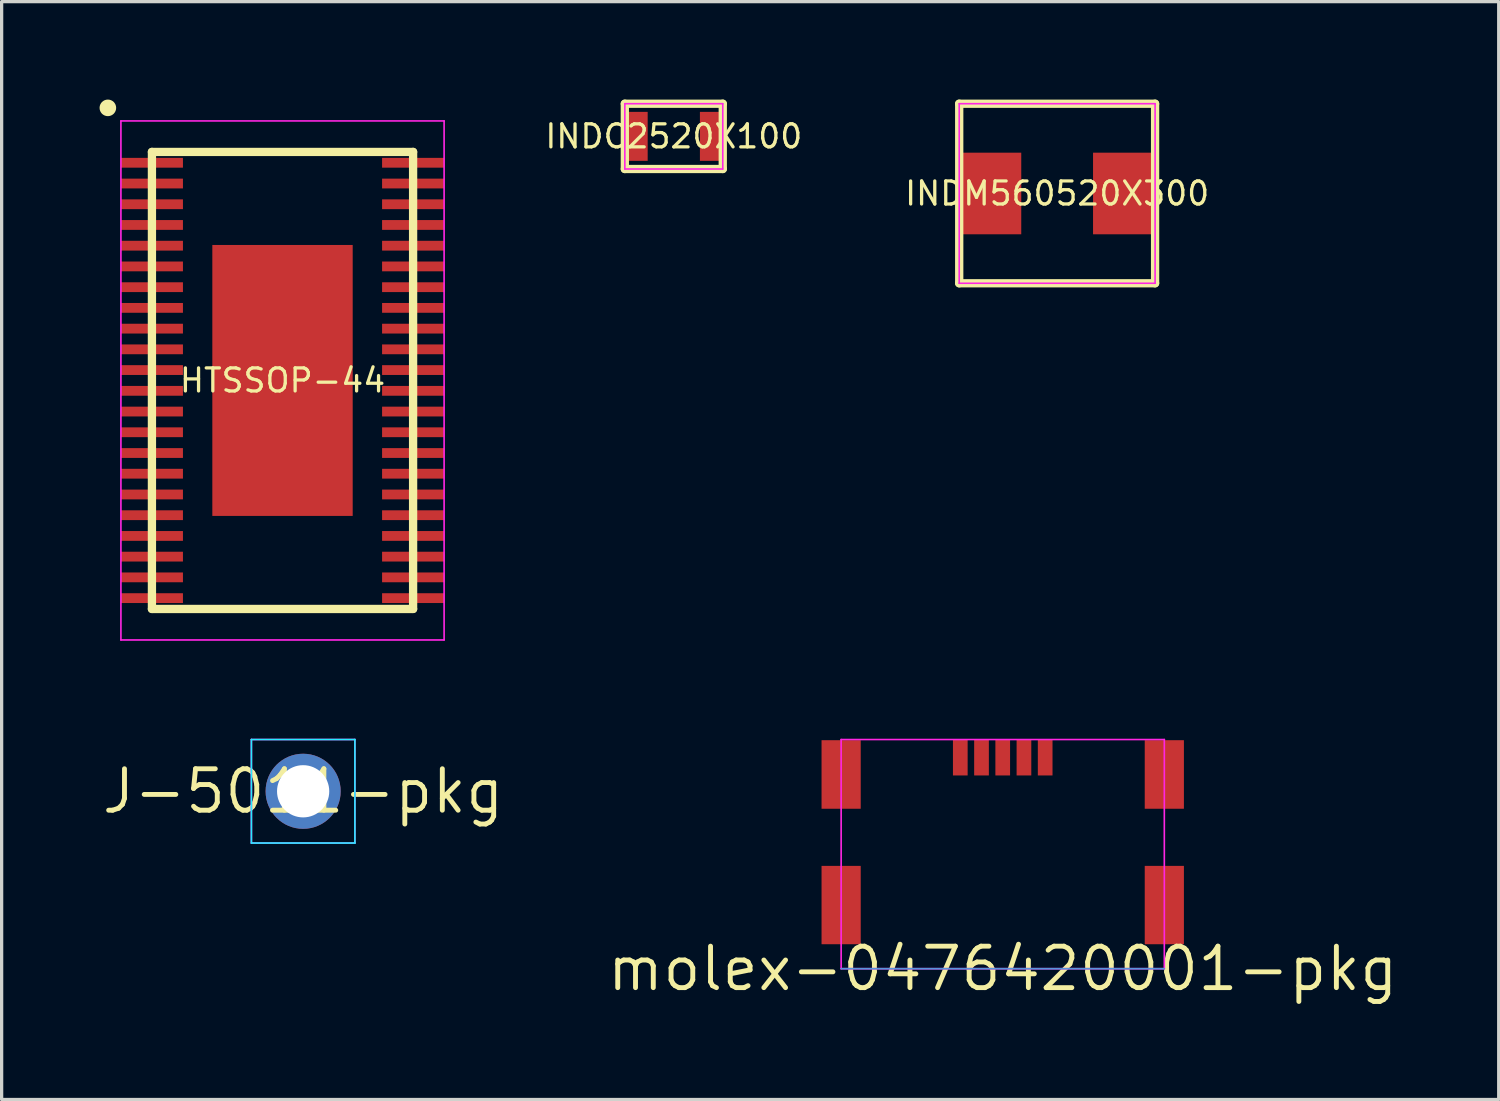
<source format=kicad_pcb>
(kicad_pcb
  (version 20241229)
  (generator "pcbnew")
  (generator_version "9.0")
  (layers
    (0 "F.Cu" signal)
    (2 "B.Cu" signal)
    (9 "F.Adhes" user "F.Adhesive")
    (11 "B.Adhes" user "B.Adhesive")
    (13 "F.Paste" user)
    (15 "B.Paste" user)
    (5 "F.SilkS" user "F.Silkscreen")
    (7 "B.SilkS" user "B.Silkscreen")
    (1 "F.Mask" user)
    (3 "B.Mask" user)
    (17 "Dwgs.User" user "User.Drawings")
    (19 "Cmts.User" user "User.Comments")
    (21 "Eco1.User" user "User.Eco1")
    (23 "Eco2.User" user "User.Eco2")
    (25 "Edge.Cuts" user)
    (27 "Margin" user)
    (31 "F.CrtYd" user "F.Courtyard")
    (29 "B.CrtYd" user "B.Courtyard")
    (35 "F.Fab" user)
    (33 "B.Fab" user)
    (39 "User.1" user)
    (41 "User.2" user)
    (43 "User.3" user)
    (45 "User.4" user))
  (footprint "INDM560520X300"
    (layer "F.Cu")
    (at 29.333 2.877)
    (property "Reference" "INDM560520X300" (at 0 0 0) (layer "F.SilkS") (effects (font (size 0.706 0.706) (thickness 0.1))))
    (attr through_hole)
    (fp_line (start -3 -2.75) (end -3 2.75) (stroke (width 0.254) (type solid)) (layer "F.SilkS"))
    (fp_line (start -3 2.75) (end 3 2.75) (stroke (width 0.254) (type solid)) (layer "F.SilkS"))
    (fp_line (start 3 -2.75) (end -3 -2.75) (stroke (width 0.254) (type solid)) (layer "F.SilkS"))
    (fp_line (start 3 2.75) (end 3 -2.75) (stroke (width 0.254) (type solid)) (layer "F.SilkS"))
    (fp_line (start -3 -2.75) (end -3 2.75) (stroke (width 0.05) (type solid)) (layer "F.CrtYd"))
    (fp_line (start -3 2.75) (end 3 2.75) (stroke (width 0.05) (type solid)) (layer "F.CrtYd"))
    (fp_line (start 3 -2.75) (end -3 -2.75) (stroke (width 0.05) (type solid)) (layer "F.CrtYd"))
    (fp_line (start 3 2.75) (end 3 -2.75) (stroke (width 0.05) (type solid)) (layer "F.CrtYd"))
    (pad "1" smd rect (at -2.047 0) (size 1.895 2.5) (layers "F.Cu" "F.Mask" "F.Paste"))
    (pad "2" smd rect (at 2.047 0) (size 1.895 2.5) (layers "F.Cu" "F.Mask" "F.Paste")))
  (footprint "HTSSOP-44"
    (layer "F.Cu")
    (at 5.604 8.604)
    (property "Reference" "HTSSOP-44" (at 0 0 0) (layer "F.SilkS") (effects (font (size 0.706 0.706) (thickness 0.1))))
    (attr through_hole)
    (fp_line (start -4 -7) (end -4 7) (stroke (width 0.254) (type solid)) (layer "F.SilkS"))
    (fp_line (start -4 7) (end 4 7) (stroke (width 0.254) (type solid)) (layer "F.SilkS"))
    (fp_line (start 4 -7) (end -4 -7) (stroke (width 0.254) (type solid)) (layer "F.SilkS"))
    (fp_line (start 4 7) (end 4 -7) (stroke (width 0.254) (type solid)) (layer "F.SilkS"))
    (fp_poly (pts (xy -5.096 -8.35) (xy -5.101 -8.4) (xy -5.115 -8.447) (xy -5.139 -8.491) (xy -5.17 -8.53) (xy -5.209 -8.561) (xy -5.253 -8.585) (xy -5.3 -8.599) (xy -5.35 -8.604) (xy -5.4 -8.599) (xy -5.447 -8.585) (xy -5.491 -8.561) (xy -5.53 -8.53) (xy -5.561 -8.491) (xy -5.585 -8.447) (xy -5.599 -8.4) (xy -5.604 -8.35) (xy -5.599 -8.3) (xy -5.585 -8.253) (xy -5.561 -8.209) (xy -5.53 -8.17) (xy -5.491 -8.139) (xy -5.447 -8.115) (xy -5.4 -8.101) (xy -5.35 -8.096) (xy -5.3 -8.101) (xy -5.253 -8.115) (xy -5.209 -8.139) (xy -5.17 -8.17) (xy -5.139 -8.209) (xy -5.115 -8.253) (xy -5.101 -8.3)) (stroke (width 0) (type solid)) (fill yes) (layer "F.SilkS"))
    (fp_line (start -4.95 -7.95) (end -4.95 7.95) (stroke (width 0.05) (type solid)) (layer "F.CrtYd"))
    (fp_line (start -4.95 7.95) (end 4.95 7.95) (stroke (width 0.05) (type solid)) (layer "F.CrtYd"))
    (fp_line (start 4.95 -7.95) (end -4.95 -7.95) (stroke (width 0.05) (type solid)) (layer "F.CrtYd"))
    (fp_line (start 4.95 7.95) (end 4.95 -7.95) (stroke (width 0.05) (type solid)) (layer "F.CrtYd"))
    (pad "1" smd rect (at -4 -6.668 270) (size 0.3 1.9) (layers "F.Cu" "F.Mask" "F.Paste"))
    (pad "2" smd rect (at -4 -6.032 270) (size 0.3 1.9) (layers "F.Cu" "F.Mask" "F.Paste"))
    (pad "3" smd rect (at -4 -5.397 270) (size 0.3 1.9) (layers "F.Cu" "F.Mask" "F.Paste"))
    (pad "4" smd rect (at -4 -4.763 270) (size 0.3 1.9) (layers "F.Cu" "F.Mask" "F.Paste"))
    (pad "5" smd rect (at -4 -4.128 270) (size 0.3 1.9) (layers "F.Cu" "F.Mask" "F.Paste"))
    (pad "6" smd rect (at -4 -3.493 270) (size 0.3 1.9) (layers "F.Cu" "F.Mask" "F.Paste"))
    (pad "7" smd rect (at -4 -2.857 270) (size 0.3 1.9) (layers "F.Cu" "F.Mask" "F.Paste"))
    (pad "8" smd rect (at -4 -2.223 270) (size 0.3 1.9) (layers "F.Cu" "F.Mask" "F.Paste"))
    (pad "9" smd rect (at -4 -1.587 270) (size 0.3 1.9) (layers "F.Cu" "F.Mask" "F.Paste"))
    (pad "10" smd rect (at -4 -0.953 270) (size 0.3 1.9) (layers "F.Cu" "F.Mask" "F.Paste"))
    (pad "11" smd rect (at -4 -0.318 270) (size 0.3 1.9) (layers "F.Cu" "F.Mask" "F.Paste"))
    (pad "12" smd rect (at -4 0.318 270) (size 0.3 1.9) (layers "F.Cu" "F.Mask" "F.Paste"))
    (pad "13" smd rect (at -4 0.953 270) (size 0.3 1.9) (layers "F.Cu" "F.Mask" "F.Paste"))
    (pad "14" smd rect (at -4 1.587 270) (size 0.3 1.9) (layers "F.Cu" "F.Mask" "F.Paste"))
    (pad "15" smd rect (at -4 2.223 270) (size 0.3 1.9) (layers "F.Cu" "F.Mask" "F.Paste"))
    (pad "16" smd rect (at -4 2.857 270) (size 0.3 1.9) (layers "F.Cu" "F.Mask" "F.Paste"))
    (pad "17" smd rect (at -4 3.493 270) (size 0.3 1.9) (layers "F.Cu" "F.Mask" "F.Paste"))
    (pad "18" smd rect (at -4 4.128 270) (size 0.3 1.9) (layers "F.Cu" "F.Mask" "F.Paste"))
    (pad "19" smd rect (at -4 4.763 270) (size 0.3 1.9) (layers "F.Cu" "F.Mask" "F.Paste"))
    (pad "20" smd rect (at -4 5.397 270) (size 0.3 1.9) (layers "F.Cu" "F.Mask" "F.Paste"))
    (pad "21" smd rect (at -4 6.032 270) (size 0.3 1.9) (layers "F.Cu" "F.Mask" "F.Paste"))
    (pad "22" smd rect (at -4 6.668 270) (size 0.3 1.9) (layers "F.Cu" "F.Mask" "F.Paste"))
    (pad "23" smd rect (at 4 6.668 90) (size 0.3 1.9) (layers "F.Cu" "F.Mask" "F.Paste"))
    (pad "24" smd rect (at 4 6.032 90) (size 0.3 1.9) (layers "F.Cu" "F.Mask" "F.Paste"))
    (pad "25" smd rect (at 4 5.397 90) (size 0.3 1.9) (layers "F.Cu" "F.Mask" "F.Paste"))
    (pad "26" smd rect (at 4 4.763 90) (size 0.3 1.9) (layers "F.Cu" "F.Mask" "F.Paste"))
    (pad "27" smd rect (at 4 4.128 90) (size 0.3 1.9) (layers "F.Cu" "F.Mask" "F.Paste"))
    (pad "28" smd rect (at 4 3.493 90) (size 0.3 1.9) (layers "F.Cu" "F.Mask" "F.Paste"))
    (pad "29" smd rect (at 4 2.857 90) (size 0.3 1.9) (layers "F.Cu" "F.Mask" "F.Paste"))
    (pad "30" smd rect (at 4 2.223 90) (size 0.3 1.9) (layers "F.Cu" "F.Mask" "F.Paste"))
    (pad "31" smd rect (at 4 1.587 90) (size 0.3 1.9) (layers "F.Cu" "F.Mask" "F.Paste"))
    (pad "32" smd rect (at 4 0.953 90) (size 0.3 1.9) (layers "F.Cu" "F.Mask" "F.Paste"))
    (pad "33" smd rect (at 4 0.318 90) (size 0.3 1.9) (layers "F.Cu" "F.Mask" "F.Paste"))
    (pad "34" smd rect (at 4 -0.318 90) (size 0.3 1.9) (layers "F.Cu" "F.Mask" "F.Paste"))
    (pad "35" smd rect (at 4 -0.953 90) (size 0.3 1.9) (layers "F.Cu" "F.Mask" "F.Paste"))
    (pad "36" smd rect (at 4 -1.587 90) (size 0.3 1.9) (layers "F.Cu" "F.Mask" "F.Paste"))
    (pad "37" smd rect (at 4 -2.223 90) (size 0.3 1.9) (layers "F.Cu" "F.Mask" "F.Paste"))
    (pad "38" smd rect (at 4 -2.857 90) (size 0.3 1.9) (layers "F.Cu" "F.Mask" "F.Paste"))
    (pad "39" smd rect (at 4 -3.493 90) (size 0.3 1.9) (layers "F.Cu" "F.Mask" "F.Paste"))
    (pad "40" smd rect (at 4 -4.128 90) (size 0.3 1.9) (layers "F.Cu" "F.Mask" "F.Paste"))
    (pad "41" smd rect (at 4 -4.763 90) (size 0.3 1.9) (layers "F.Cu" "F.Mask" "F.Paste"))
    (pad "42" smd rect (at 4 -5.397 90) (size 0.3 1.9) (layers "F.Cu" "F.Mask" "F.Paste"))
    (pad "43" smd rect (at 4 -6.032 90) (size 0.3 1.9) (layers "F.Cu" "F.Mask" "F.Paste"))
    (pad "44" smd rect (at 4 -6.668 90) (size 0.3 1.9) (layers "F.Cu" "F.Mask" "F.Paste"))
    (pad "45" smd rect (at 0 0) (size 4.3 8.3) (layers "F.Cu" "F.Mask" "F.Paste")))
  (footprint "molex-0476420001-pkg"
    (layer "F.Cu")
    (at 27.666 26.624)
    (property "Reference" "molex-0476420001-pkg" (at 0 0 0) (layer "F.SilkS") (effects (font (size 1.27 1.27) (thickness 0.15))))
    (attr through_hole)
    (fp_line (start -4.95 0) (end 4.95 0) (stroke (width 0.05) (type solid)) (layer "Cmts.User"))
    (fp_line (start -4.95 -7.02) (end -4.95 0) (stroke (width 0.05) (type solid)) (layer "F.CrtYd"))
    (fp_line (start -4.95 0) (end 4.95 0) (stroke (width 0.05) (type solid)) (layer "F.CrtYd"))
    (fp_line (start 4.95 -7.02) (end -4.95 -7.02) (stroke (width 0.05) (type solid)) (layer "F.CrtYd"))
    (fp_line (start 4.95 0) (end 4.95 -7.02) (stroke (width 0.05) (type solid)) (layer "F.CrtYd"))
    (pad "1" smd rect (at -1.3 -6.47) (size 0.45 1.1) (layers "F.Cu" "F.Mask" "F.Paste"))
    (pad "2" smd rect (at -0.65 -6.47) (size 0.45 1.1) (layers "F.Cu" "F.Mask" "F.Paste"))
    (pad "3" smd rect (at 0 -6.47) (size 0.45 1.1) (layers "F.Cu" "F.Mask" "F.Paste"))
    (pad "4" smd rect (at 0.65 -6.47) (size 0.45 1.1) (layers "F.Cu" "F.Mask" "F.Paste"))
    (pad "5" smd rect (at 1.3 -6.47) (size 0.45 1.1) (layers "F.Cu" "F.Mask" "F.Paste"))
    (pad "6" smd rect (at -4.95 -5.95) (size 1.2 2.1) (layers "F.Cu" "F.Mask" "F.Paste"))
    (pad "7" smd rect (at 4.95 -5.95) (size 1.2 2.1) (layers "F.Cu" "F.Mask" "F.Paste"))
    (pad "8" smd rect (at -4.95 -1.95) (size 1.2 2.4) (layers "F.Cu" "F.Mask" "F.Paste"))
    (pad "9" smd rect (at 4.95 -1.95) (size 1.2 2.4) (layers "F.Cu" "F.Mask" "F.Paste")))
  (footprint "INDC2520X100"
    (layer "F.Cu")
    (at 17.59 1.127)
    (property "Reference" "INDC2520X100" (at 0 0 0) (layer "F.SilkS") (effects (font (size 0.706 0.706) (thickness 0.1))))
    (attr through_hole)
    (fp_line (start -1.5 -1) (end -1.5 1) (stroke (width 0.254) (type solid)) (layer "F.SilkS"))
    (fp_line (start -1.5 1) (end 1.5 1) (stroke (width 0.254) (type solid)) (layer "F.SilkS"))
    (fp_line (start 1.5 -1) (end -1.5 -1) (stroke (width 0.254) (type solid)) (layer "F.SilkS"))
    (fp_line (start 1.5 1) (end 1.5 -1) (stroke (width 0.254) (type solid)) (layer "F.SilkS"))
    (fp_line (start -1.5 -1) (end -1.5 1) (stroke (width 0.05) (type solid)) (layer "F.CrtYd"))
    (fp_line (start -1.5 1) (end 1.5 1) (stroke (width 0.05) (type solid)) (layer "F.CrtYd"))
    (fp_line (start 1.5 -1) (end -1.5 -1) (stroke (width 0.05) (type solid)) (layer "F.CrtYd"))
    (fp_line (start 1.5 1) (end 1.5 -1) (stroke (width 0.05) (type solid)) (layer "F.CrtYd"))
    (pad "1" smd rect (at -1.15 0) (size 0.7 1.5) (layers "F.Cu" "F.Mask" "F.Paste"))
    (pad "2" smd rect (at 1.15 0) (size 0.7 1.5) (layers "F.Cu" "F.Mask" "F.Paste")))
  (footprint "J-5011-pkg"
    (layer "F.Cu")
    (at 6.236 21.189)
    (property "Reference" "J-5011-pkg" (at 0 0 0) (layer "F.SilkS") (effects (font (size 1.27 1.27) (thickness 0.15))))
    (attr through_hole)
    (fp_line (start -1.585 -1.585) (end -1.585 1.585) (stroke (width 0.05) (type solid)) (layer "B.CrtYd"))
    (fp_line (start -1.585 1.585) (end 1.585 1.585) (stroke (width 0.05) (type solid)) (layer "B.CrtYd"))
    (fp_line (start 1.585 -1.585) (end -1.585 -1.585) (stroke (width 0.05) (type solid)) (layer "B.CrtYd"))
    (fp_line (start 1.585 1.585) (end 1.585 -1.585) (stroke (width 0.05) (type solid)) (layer "B.CrtYd"))
    (fp_line (start -1.585 -1.585) (end -1.585 1.585) (stroke (width 0.05) (type solid)) (layer "F.CrtYd"))
    (fp_line (start -1.585 1.585) (end 1.585 1.585) (stroke (width 0.05) (type solid)) (layer "F.CrtYd"))
    (fp_line (start 1.585 -1.585) (end -1.585 -1.585) (stroke (width 0.05) (type solid)) (layer "F.CrtYd"))
    (fp_line (start 1.585 1.585) (end 1.585 -1.585) (stroke (width 0.05) (type solid)) (layer "F.CrtYd"))
    (pad "1" thru_hole circle (at 0 0) (size 2.3 2.3) (drill 1.6) (layers "*.Cu" "*.Mask")))
  (gr_rect
    (start -3 -3)
    (end 42.859 30.63)
    (stroke (width 0.1) (type default))
    (fill no)
    (layer "Edge.Cuts")))
</source>
